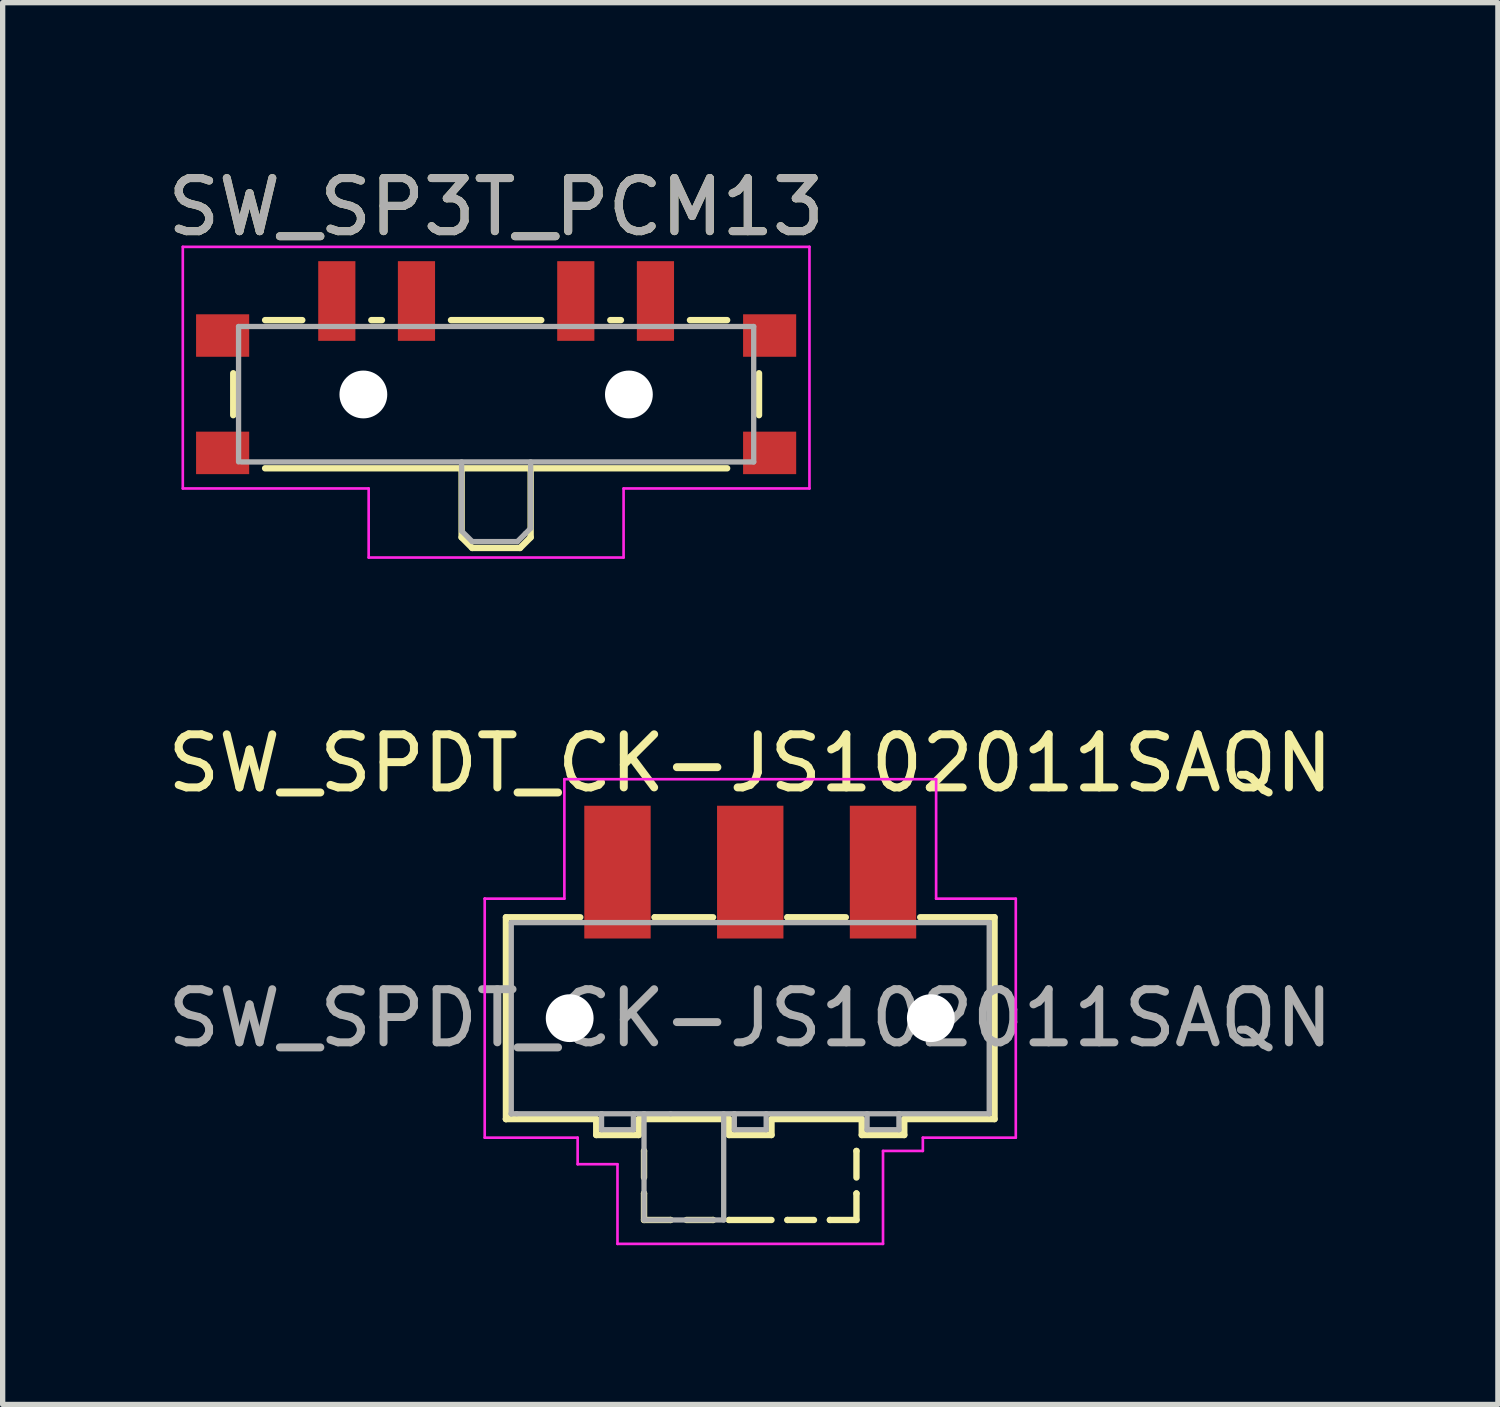
<source format=kicad_pcb>
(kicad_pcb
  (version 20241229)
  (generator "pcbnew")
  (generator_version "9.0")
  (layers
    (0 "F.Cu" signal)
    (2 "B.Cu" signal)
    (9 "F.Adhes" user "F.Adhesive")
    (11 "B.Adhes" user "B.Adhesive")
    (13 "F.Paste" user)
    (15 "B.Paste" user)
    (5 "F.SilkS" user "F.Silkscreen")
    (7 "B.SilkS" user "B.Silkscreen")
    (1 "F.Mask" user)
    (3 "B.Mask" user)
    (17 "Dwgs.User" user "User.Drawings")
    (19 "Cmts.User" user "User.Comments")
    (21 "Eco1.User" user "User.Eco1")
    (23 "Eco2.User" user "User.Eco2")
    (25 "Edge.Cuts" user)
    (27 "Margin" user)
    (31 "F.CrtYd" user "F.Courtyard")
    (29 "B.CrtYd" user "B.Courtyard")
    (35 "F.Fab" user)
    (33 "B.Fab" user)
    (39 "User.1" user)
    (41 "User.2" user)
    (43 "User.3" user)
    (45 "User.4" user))
  (footprint "SW_SPDT_CK-JS102011SAQN"
    (layer "F.Cu")
    (at 11.077 16.122)
    (property "Reference" "SW_SPDT_CK-JS102011SAQN" (at 0 -4.8 0) (layer "F.SilkS") (effects (font (size 1 1) (thickness 0.15))))
    (attr smd)
    (fp_line (start -4.6 -1.9) (end -3.2 -1.9) (stroke (width 0.12) (type solid)) (layer "F.SilkS"))
    (fp_line (start -4.6 1.9) (end -4.6 -1.9) (stroke (width 0.12) (type solid)) (layer "F.SilkS"))
    (fp_line (start -4.6 1.9) (end -4.6 1.9) (stroke (width 0.12) (type solid)) (layer "F.SilkS"))
    (fp_line (start -2.9 1.9) (end -4.6 1.9) (stroke (width 0.12) (type solid)) (layer "F.SilkS"))
    (fp_line (start -2.9 2.2) (end -2.9 1.9) (stroke (width 0.12) (type solid)) (layer "F.SilkS"))
    (fp_line (start -2.1 1.9) (end -2.1 2.2) (stroke (width 0.12) (type solid)) (layer "F.SilkS"))
    (fp_line (start -2.1 2.2) (end -2.9 2.2) (stroke (width 0.12) (type solid)) (layer "F.SilkS"))
    (fp_line (start -2 2.5) (end -2 2.5) (stroke (width 0.12) (type solid)) (layer "F.SilkS"))
    (fp_line (start -2 3) (end -2 2.5) (stroke (width 0.12) (type solid)) (layer "F.SilkS"))
    (fp_line (start -2 3.3) (end -2 3.3) (stroke (width 0.12) (type solid)) (layer "F.SilkS"))
    (fp_line (start -2 3.8) (end -2 3.3) (stroke (width 0.12) (type solid)) (layer "F.SilkS"))
    (fp_line (start -2 3.8) (end -1.5 3.8) (stroke (width 0.12) (type solid)) (layer "F.SilkS"))
    (fp_line (start -1.8 -1.9) (end -1.8 -1.9) (stroke (width 0.12) (type solid)) (layer "F.SilkS"))
    (fp_line (start -1.5 3.8) (end -1.5 3.8) (stroke (width 0.12) (type solid)) (layer "F.SilkS"))
    (fp_line (start -1.2 3.8) (end -0.7 3.8) (stroke (width 0.12) (type solid)) (layer "F.SilkS"))
    (fp_line (start -0.7 -1.9) (end -1.8 -1.9) (stroke (width 0.12) (type solid)) (layer "F.SilkS"))
    (fp_line (start -0.7 3.8) (end -0.7 3.8) (stroke (width 0.12) (type solid)) (layer "F.SilkS"))
    (fp_line (start -0.4 1.9) (end -2.1 1.9) (stroke (width 0.12) (type solid)) (layer "F.SilkS"))
    (fp_line (start -0.4 2.2) (end -0.4 1.9) (stroke (width 0.12) (type solid)) (layer "F.SilkS"))
    (fp_line (start -0.4 3.8) (end -0.4 3.8) (stroke (width 0.12) (type solid)) (layer "F.SilkS"))
    (fp_line (start 0.4 1.9) (end 0.4 2.2) (stroke (width 0.12) (type solid)) (layer "F.SilkS"))
    (fp_line (start 0.4 2.2) (end -0.4 2.2) (stroke (width 0.12) (type solid)) (layer "F.SilkS"))
    (fp_line (start 0.4 3.8) (end -0.4 3.8) (stroke (width 0.12) (type solid)) (layer "F.SilkS"))
    (fp_line (start 0.7 -1.9) (end 0.7 -1.9) (stroke (width 0.12) (type solid)) (layer "F.SilkS"))
    (fp_line (start 0.7 3.8) (end 0.7 3.8) (stroke (width 0.12) (type solid)) (layer "F.SilkS"))
    (fp_line (start 1.2 3.8) (end 0.7 3.8) (stroke (width 0.12) (type solid)) (layer "F.SilkS"))
    (fp_line (start 1.5 3.8) (end 1.5 3.8) (stroke (width 0.12) (type solid)) (layer "F.SilkS"))
    (fp_line (start 1.8 -1.9) (end 0.7 -1.9) (stroke (width 0.12) (type solid)) (layer "F.SilkS"))
    (fp_line (start 2 2.5) (end 2 2.5) (stroke (width 0.12) (type solid)) (layer "F.SilkS"))
    (fp_line (start 2 3) (end 2 2.5) (stroke (width 0.12) (type solid)) (layer "F.SilkS"))
    (fp_line (start 2 3.3) (end 2 3.3) (stroke (width 0.12) (type solid)) (layer "F.SilkS"))
    (fp_line (start 2 3.8) (end 1.5 3.8) (stroke (width 0.12) (type solid)) (layer "F.SilkS"))
    (fp_line (start 2 3.8) (end 2 3.3) (stroke (width 0.12) (type solid)) (layer "F.SilkS"))
    (fp_line (start 2.1 1.9) (end 0.4 1.9) (stroke (width 0.12) (type solid)) (layer "F.SilkS"))
    (fp_line (start 2.1 2.2) (end 2.1 1.9) (stroke (width 0.12) (type solid)) (layer "F.SilkS"))
    (fp_line (start 2.9 1.9) (end 2.9 2.2) (stroke (width 0.12) (type solid)) (layer "F.SilkS"))
    (fp_line (start 2.9 2.2) (end 2.1 2.2) (stroke (width 0.12) (type solid)) (layer "F.SilkS"))
    (fp_line (start 3.2 -1.9) (end 4.6 -1.9) (stroke (width 0.12) (type solid)) (layer "F.SilkS"))
    (fp_line (start 4.6 -1.9) (end 4.6 1.9) (stroke (width 0.12) (type solid)) (layer "F.SilkS"))
    (fp_line (start 4.6 1.9) (end 2.9 1.9) (stroke (width 0.12) (type solid)) (layer "F.SilkS"))
    (fp_line (start -5 -2.25) (end -5 -2.25) (stroke (width 0.05) (type solid)) (layer "F.CrtYd"))
    (fp_line (start -5 -2.25) (end -5 2.25) (stroke (width 0.05) (type solid)) (layer "F.CrtYd"))
    (fp_line (start -5 2.25) (end -3.25 2.25) (stroke (width 0.05) (type solid)) (layer "F.CrtYd"))
    (fp_line (start -3.5 -4.5) (end -3.5 -2.25) (stroke (width 0.05) (type solid)) (layer "F.CrtYd"))
    (fp_line (start -3.5 -2.25) (end -5 -2.25) (stroke (width 0.05) (type solid)) (layer "F.CrtYd"))
    (fp_line (start -3.25 2.25) (end -3.25 2.75) (stroke (width 0.05) (type solid)) (layer "F.CrtYd"))
    (fp_line (start -3.25 2.75) (end -2.5 2.75) (stroke (width 0.05) (type solid)) (layer "F.CrtYd"))
    (fp_line (start -2.5 2.75) (end -2.5 4.25) (stroke (width 0.05) (type solid)) (layer "F.CrtYd"))
    (fp_line (start -2.5 4.25) (end 2.5 4.25) (stroke (width 0.05) (type solid)) (layer "F.CrtYd"))
    (fp_line (start 2.5 2.5) (end 3.25 2.5) (stroke (width 0.05) (type solid)) (layer "F.CrtYd"))
    (fp_line (start 2.5 4.25) (end 2.5 2.5) (stroke (width 0.05) (type solid)) (layer "F.CrtYd"))
    (fp_line (start 3.25 2.25) (end 5 2.25) (stroke (width 0.05) (type solid)) (layer "F.CrtYd"))
    (fp_line (start 3.25 2.5) (end 3.25 2.25) (stroke (width 0.05) (type solid)) (layer "F.CrtYd"))
    (fp_line (start 3.5 -4.5) (end -3.5 -4.5) (stroke (width 0.05) (type solid)) (layer "F.CrtYd"))
    (fp_line (start 3.5 -2.25) (end 3.5 -4.5) (stroke (width 0.05) (type solid)) (layer "F.CrtYd"))
    (fp_line (start 5 -2.25) (end 3.5 -2.25) (stroke (width 0.05) (type solid)) (layer "F.CrtYd"))
    (fp_line (start 5 2.25) (end 5 -2.25) (stroke (width 0.05) (type solid)) (layer "F.CrtYd"))
    (fp_line (start -4.5 -1.8) (end -4.5 1.8) (stroke (width 0.1) (type solid)) (layer "F.Fab"))
    (fp_line (start -4.5 -1.8) (end 4.5 -1.8) (stroke (width 0.1) (type solid)) (layer "F.Fab"))
    (fp_line (start -4.5 1.8) (end -4.5 1.8) (stroke (width 0.1) (type solid)) (layer "F.Fab"))
    (fp_line (start -4.5 1.8) (end -4.5 1.8) (stroke (width 0.1) (type solid)) (layer "F.Fab"))
    (fp_line (start -4.4 1.8) (end -4.5 1.8) (stroke (width 0.1) (type solid)) (layer "F.Fab"))
    (fp_line (start -2.8 1.8) (end -2.8 1.8) (stroke (width 0.1) (type solid)) (layer "F.Fab"))
    (fp_line (start -2.8 2.1) (end -2.8 1.8) (stroke (width 0.1) (type solid)) (layer "F.Fab"))
    (fp_line (start -2.2 1.8) (end -2.2 2.1) (stroke (width 0.1) (type solid)) (layer "F.Fab"))
    (fp_line (start -2.2 2.1) (end -2.8 2.1) (stroke (width 0.1) (type solid)) (layer "F.Fab"))
    (fp_line (start -2 1.8) (end -2 1.8) (stroke (width 0.1) (type solid)) (layer "F.Fab"))
    (fp_line (start -2 3.8) (end -2 1.8) (stroke (width 0.1) (type solid)) (layer "F.Fab"))
    (fp_line (start -1.5 1.8) (end -1.5 1.8) (stroke (width 0.1) (type solid)) (layer "F.Fab"))
    (fp_line (start -0.5 1.8) (end -0.5 3.8) (stroke (width 0.1) (type solid)) (layer "F.Fab"))
    (fp_line (start -0.5 3.8) (end -2 3.8) (stroke (width 0.1) (type solid)) (layer "F.Fab"))
    (fp_line (start -0.3 1.8) (end -0.3 1.8) (stroke (width 0.1) (type solid)) (layer "F.Fab"))
    (fp_line (start -0.3 2.1) (end -0.3 1.8) (stroke (width 0.1) (type solid)) (layer "F.Fab"))
    (fp_line (start 0.3 1.8) (end 0.3 2.1) (stroke (width 0.1) (type solid)) (layer "F.Fab"))
    (fp_line (start 0.3 2.1) (end -0.3 2.1) (stroke (width 0.1) (type solid)) (layer "F.Fab"))
    (fp_line (start 2.2 1.8) (end 2.2 2.1) (stroke (width 0.1) (type solid)) (layer "F.Fab"))
    (fp_line (start 2.2 2.1) (end 2.8 2.1) (stroke (width 0.1) (type solid)) (layer "F.Fab"))
    (fp_line (start 2.8 1.8) (end 2.8 1.8) (stroke (width 0.1) (type solid)) (layer "F.Fab"))
    (fp_line (start 2.8 2.1) (end 2.8 1.8) (stroke (width 0.1) (type solid)) (layer "F.Fab"))
    (fp_line (start 4.5 -1.8) (end 4.5 1.8) (stroke (width 0.1) (type solid)) (layer "F.Fab"))
    (fp_line (start 4.5 1.8) (end -4.4 1.8) (stroke (width 0.1) (type solid)) (layer "F.Fab"))
    (fp_text user "${REFERENCE}" (at 0 0 0) (layer "F.Fab") (effects (font (size 1 1) (thickness 0.15))))
    (pad "" np_thru_hole circle (at -3.4 0) (size 0.9 0.9) (drill 0.9) (layers "*.Cu" "*.Mask"))
    (pad "" np_thru_hole circle (at 3.4 0) (size 0.9 0.9) (drill 0.9) (layers "*.Cu" "*.Mask"))
    (pad "1" smd rect (at -2.5 -2.75) (size 1.25 2.5) (layers "F.Cu" "F.Mask" "F.Paste"))
    (pad "2" smd rect (at 0 -2.75) (size 1.25 2.5) (layers "F.Cu" "F.Mask" "F.Paste"))
    (pad "3" smd rect (at 2.5 -2.75) (size 1.25 2.5) (layers "F.Cu" "F.Mask" "F.Paste")))
  (footprint "SW_SP3T_PCM13"
    (layer "F.Cu")
    (at 6.292 4.048)
    (property "Reference" "SW_SP3T_PCM13" (at 0 -3.2 0) (layer "F.SilkS") (effects (font (size 1 1) (thickness 0.15))))
    (attr smd)
    (fp_line (start -4.95 -0.07) (end -4.95 0.72) (stroke (width 0.12) (type solid)) (layer "F.SilkS"))
    (fp_line (start -4.35 -1.07) (end -3.65 -1.07) (stroke (width 0.12) (type solid)) (layer "F.SilkS"))
    (fp_line (start -4.35 1.72) (end 4.35 1.72) (stroke (width 0.12) (type solid)) (layer "F.SilkS"))
    (fp_line (start -2.35 -1.07) (end -2.15 -1.07) (stroke (width 0.12) (type solid)) (layer "F.SilkS"))
    (fp_line (start -0.85 -1.07) (end 0.85 -1.07) (stroke (width 0.12) (type solid)) (layer "F.SilkS"))
    (fp_line (start -0.65 1.72) (end -0.65 3.02) (stroke (width 0.12) (type solid)) (layer "F.SilkS"))
    (fp_line (start -0.65 3.02) (end -0.45 3.22) (stroke (width 0.12) (type solid)) (layer "F.SilkS"))
    (fp_line (start 0.45 3.22) (end -0.45 3.22) (stroke (width 0.12) (type solid)) (layer "F.SilkS"))
    (fp_line (start 0.65 3.02) (end 0.45 3.22) (stroke (width 0.12) (type solid)) (layer "F.SilkS"))
    (fp_line (start 0.65 3.02) (end 0.65 1.72) (stroke (width 0.12) (type solid)) (layer "F.SilkS"))
    (fp_line (start 2.15 -1.07) (end 2.35 -1.07) (stroke (width 0.12) (type solid)) (layer "F.SilkS"))
    (fp_line (start 3.65 -1.07) (end 4.35 -1.07) (stroke (width 0.12) (type solid)) (layer "F.SilkS"))
    (fp_line (start 4.95 0.72) (end 4.95 -0.07) (stroke (width 0.12) (type solid)) (layer "F.SilkS"))
    (fp_line (start -5.9 -2.45) (end 5.9 -2.45) (stroke (width 0.05) (type solid)) (layer "F.CrtYd"))
    (fp_line (start -5.9 2.1) (end -5.9 -2.45) (stroke (width 0.05) (type solid)) (layer "F.CrtYd"))
    (fp_line (start -2.4 2.1) (end -5.9 2.1) (stroke (width 0.05) (type solid)) (layer "F.CrtYd"))
    (fp_line (start -2.4 3.4) (end -2.4 2.1) (stroke (width 0.05) (type solid)) (layer "F.CrtYd"))
    (fp_line (start 2.4 2.1) (end 2.4 3.4) (stroke (width 0.05) (type solid)) (layer "F.CrtYd"))
    (fp_line (start 2.4 3.4) (end -2.4 3.4) (stroke (width 0.05) (type solid)) (layer "F.CrtYd"))
    (fp_line (start 5.9 -2.45) (end 5.9 2.1) (stroke (width 0.05) (type solid)) (layer "F.CrtYd"))
    (fp_line (start 5.9 2.1) (end 2.4 2.1) (stroke (width 0.05) (type solid)) (layer "F.CrtYd"))
    (fp_line (start -4.85 -0.95) (end 4.85 -0.95) (stroke (width 0.1) (type solid)) (layer "F.Fab"))
    (fp_line (start -4.85 1.6) (end -4.85 -0.95) (stroke (width 0.1) (type solid)) (layer "F.Fab"))
    (fp_line (start -0.65 1.6) (end -0.65 2.9) (stroke (width 0.1) (type solid)) (layer "F.Fab"))
    (fp_line (start -0.65 2.9) (end -0.45 3.1) (stroke (width 0.1) (type solid)) (layer "F.Fab"))
    (fp_line (start -0.45 3.1) (end 0.4 3.1) (stroke (width 0.1) (type solid)) (layer "F.Fab"))
    (fp_line (start 0.4 3.1) (end 0.55 2.95) (stroke (width 0.1) (type solid)) (layer "F.Fab"))
    (fp_line (start 0.55 2.95) (end 0.65 2.85) (stroke (width 0.1) (type solid)) (layer "F.Fab"))
    (fp_line (start 0.65 2.85) (end 0.65 1.6) (stroke (width 0.1) (type solid)) (layer "F.Fab"))
    (fp_line (start 4.85 -0.95) (end 4.85 1.6) (stroke (width 0.1) (type solid)) (layer "F.Fab"))
    (fp_line (start 4.85 1.6) (end -4.8 1.6) (stroke (width 0.1) (type solid)) (layer "F.Fab"))
    (fp_text user "${REFERENCE}" (at 0 -3.2 0) (layer "F.Fab") (effects (font (size 1 1) (thickness 0.15))))
    (pad "" smd rect (at -5.15 -0.78) (size 1 0.8) (layers "F.Cu" "F.Mask" "F.Paste"))
    (pad "" smd rect (at -5.15 1.43) (size 1 0.8) (layers "F.Cu" "F.Mask" "F.Paste"))
    (pad "" np_thru_hole circle (at -2.5 0.33) (size 0.9 0.9) (drill 0.9) (layers "*.Cu" "*.Mask"))
    (pad "" np_thru_hole circle (at 2.5 0.33) (size 0.9 0.9) (drill 0.9) (layers "*.Cu" "*.Mask"))
    (pad "" smd rect (at 5.15 -0.78) (size 1 0.8) (layers "F.Cu" "F.Mask" "F.Paste"))
    (pad "" smd rect (at 5.15 1.43) (size 1 0.8) (layers "F.Cu" "F.Mask" "F.Paste"))
    (pad "1" smd rect (at -3 -1.43) (size 0.7 1.5) (layers "F.Cu" "F.Mask" "F.Paste"))
    (pad "2" smd rect (at -1.5 -1.43) (size 0.7 1.5) (layers "F.Cu" "F.Mask" "F.Paste"))
    (pad "3" smd rect (at 1.5 -1.43) (size 0.7 1.5) (layers "F.Cu" "F.Mask" "F.Paste"))
    (pad "4" smd rect (at 3 -1.43) (size 0.7 1.5) (layers "F.Cu" "F.Mask" "F.Paste")))
  (gr_rect
    (start -3 -3)
    (end 25.155 23.396)
    (stroke (width 0.1) (type default))
    (fill no)
    (layer "Edge.Cuts")))
</source>
